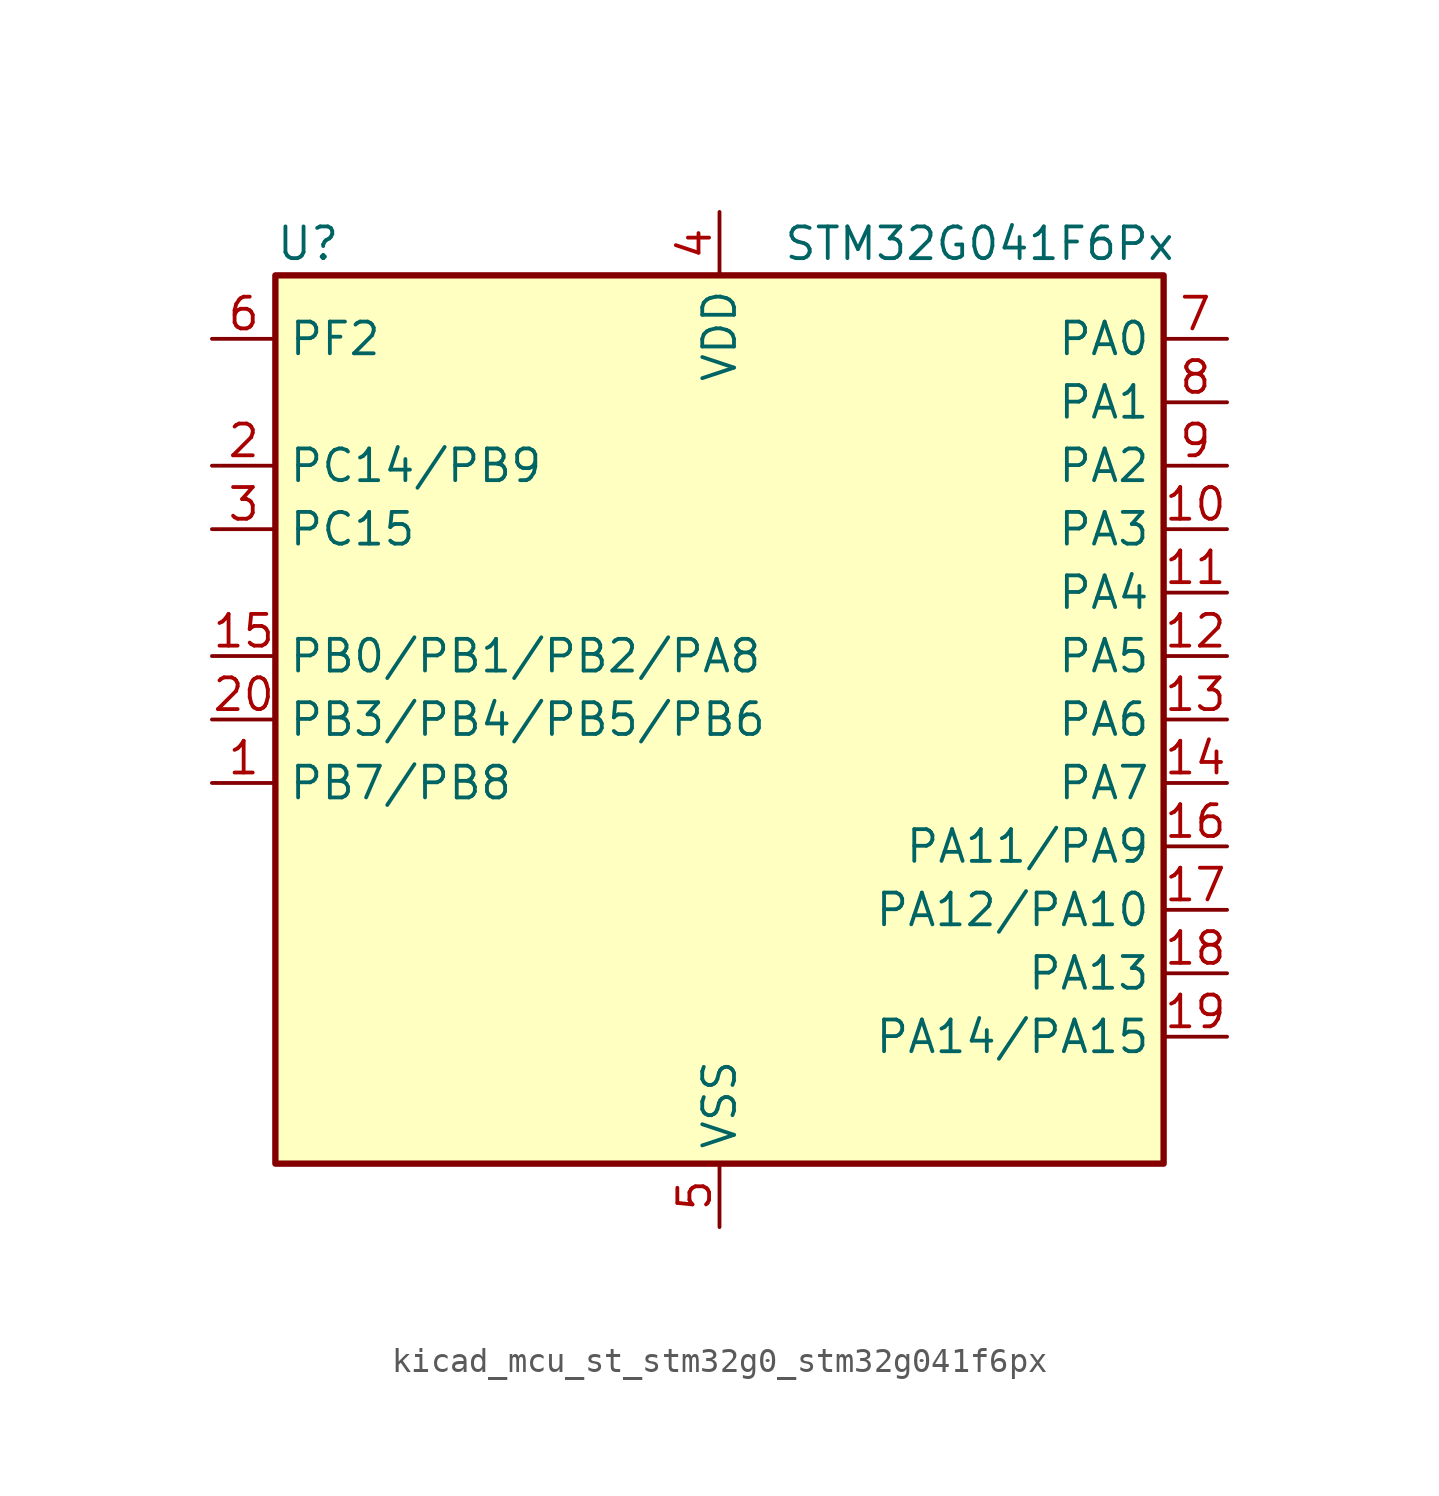
<source format=kicad_sym>
(kicad_symbol_lib
  (version 20220914)
  (generator kicad_symbol_editor)
  (symbol "kicad_mcu_st_stm32g0_stm32g041f6px"
    (property "Reference" "U"
      (at -17.78 19.05 0)
      (effects (font (size 1.27 1.27)) (justify left)))
    (property "Value" "STM32G041F6Px"
      (at 2.54 19.05 0)
      (effects (font (size 1.27 1.27)) (justify left)))
    (property "ki_locked" ""
      (at 0 0 0)
      (effects (font (size 1.27 1.27))))
    (symbol "kicad_mcu_st_stm32g0_stm32g041f6px_0_1"
      (rectangle (start -17.78 -17.78) (end 17.78 17.78) (stroke (width 0.254) (type default)) (fill (type background))))
    (symbol "kicad_mcu_st_stm32g0_stm32g041f6px_1_1"
      (pin bidirectional line (at -20.32 -2.54 0) (length 2.54) (name "PB7/PB8" (effects (font (size 1.27 1.27)))) (number "1" (effects (font (size 1.27 1.27)))) (alternate "ADC1_IN11" bidirectional line) (alternate "I2C1_SDA" bidirectional line) (alternate "LPTIM1_IN2" bidirectional line) (alternate "SPI2_MOSI" bidirectional line) (alternate "SYS_PVD_IN" bidirectional line) (alternate "TIM17_CH1N" bidirectional line) (alternate "USART1_RX" bidirectional line))
      (pin bidirectional line (at 20.32 7.62 180) (length 2.54) (name "PA3" (effects (font (size 1.27 1.27)))) (number "10" (effects (font (size 1.27 1.27)))) (alternate "ADC1_IN3" bidirectional line) (alternate "LPUART1_RX" bidirectional line) (alternate "SPI2_MISO" bidirectional line) (alternate "TIM2_CH4" bidirectional line) (alternate "USART2_RX" bidirectional line))
      (pin bidirectional line (at 20.32 5.08 180) (length 2.54) (name "PA4" (effects (font (size 1.27 1.27)))) (number "11" (effects (font (size 1.27 1.27)))) (alternate "ADC1_IN4" bidirectional line) (alternate "I2S1_WS" bidirectional line) (alternate "LPTIM2_OUT" bidirectional line) (alternate "RTC_OUT_ALARM" bidirectional line) (alternate "RTC_OUT_CALIB" bidirectional line) (alternate "RTC_TAMP_IN1" bidirectional line) (alternate "RTC_TS" bidirectional line) (alternate "SPI1_NSS" bidirectional line) (alternate "SPI2_MOSI" bidirectional line) (alternate "SYS_WKUP2" bidirectional line) (alternate "TIM14_CH1" bidirectional line))
      (pin bidirectional line (at 20.32 2.54 180) (length 2.54) (name "PA5" (effects (font (size 1.27 1.27)))) (number "12" (effects (font (size 1.27 1.27)))) (alternate "ADC1_IN5" bidirectional line) (alternate "I2S1_CK" bidirectional line) (alternate "LPTIM2_ETR" bidirectional line) (alternate "SPI1_SCK" bidirectional line) (alternate "TIM2_CH1" bidirectional line) (alternate "TIM2_ETR" bidirectional line))
      (pin bidirectional line (at 20.32 0 180) (length 2.54) (name "PA6" (effects (font (size 1.27 1.27)))) (number "13" (effects (font (size 1.27 1.27)))) (alternate "ADC1_IN6" bidirectional line) (alternate "I2S1_MCK" bidirectional line) (alternate "LPUART1_CTS" bidirectional line) (alternate "SPI1_MISO" bidirectional line) (alternate "TIM16_CH1" bidirectional line) (alternate "TIM1_BK" bidirectional line) (alternate "TIM3_CH1" bidirectional line))
      (pin bidirectional line (at 20.32 -2.54 180) (length 2.54) (name "PA7" (effects (font (size 1.27 1.27)))) (number "14" (effects (font (size 1.27 1.27)))) (alternate "ADC1_IN7" bidirectional line) (alternate "I2S1_SD" bidirectional line) (alternate "SPI1_MOSI" bidirectional line) (alternate "TIM14_CH1" bidirectional line) (alternate "TIM17_CH1" bidirectional line) (alternate "TIM1_CH1N" bidirectional line) (alternate "TIM3_CH2" bidirectional line))
      (pin bidirectional line (at -20.32 2.54 0) (length 2.54) (name "PB0/PB1/PB2/PA8" (effects (font (size 1.27 1.27)))) (number "15" (effects (font (size 1.27 1.27)))) (alternate "ADC1_IN8" bidirectional line) (alternate "I2S1_WS" bidirectional line) (alternate "LPTIM1_OUT" bidirectional line) (alternate "SPI1_NSS" bidirectional line) (alternate "TIM1_CH2N" bidirectional line) (alternate "TIM3_CH3" bidirectional line))
      (pin bidirectional line (at 20.32 -5.08 180) (length 2.54) (name "PA11/PA9" (effects (font (size 1.27 1.27)))) (number "16" (effects (font (size 1.27 1.27)))) (alternate "ADC1_EXTI11" bidirectional line) (alternate "ADC1_IN15" bidirectional line) (alternate "I2C2_SCL" bidirectional line) (alternate "I2S1_MCK" bidirectional line) (alternate "SPI1_MISO" bidirectional line) (alternate "TIM1_BK2" bidirectional line) (alternate "TIM1_CH4" bidirectional line) (alternate "USART1_CTS" bidirectional line) (alternate "USART1_NSS" bidirectional line))
      (pin bidirectional line (at 20.32 -7.62 180) (length 2.54) (name "PA12/PA10" (effects (font (size 1.27 1.27)))) (number "17" (effects (font (size 1.27 1.27)))) (alternate "ADC1_IN16" bidirectional line) (alternate "I2C2_SDA" bidirectional line) (alternate "I2S1_SD" bidirectional line) (alternate "I2S_CKIN" bidirectional line) (alternate "SPI1_MOSI" bidirectional line) (alternate "TIM1_ETR" bidirectional line) (alternate "USART1_CK" bidirectional line) (alternate "USART1_DE" bidirectional line) (alternate "USART1_RTS" bidirectional line))
      (pin bidirectional line (at 20.32 -10.16 180) (length 2.54) (name "PA13" (effects (font (size 1.27 1.27)))) (number "18" (effects (font (size 1.27 1.27)))) (alternate "ADC1_IN17" bidirectional line) (alternate "IR_OUT" bidirectional line) (alternate "SYS_SWDIO" bidirectional line))
      (pin bidirectional line (at 20.32 -12.7 180) (length 2.54) (name "PA14/PA15" (effects (font (size 1.27 1.27)))) (number "19" (effects (font (size 1.27 1.27)))) (alternate "ADC1_IN18" bidirectional line) (alternate "SYS_SWCLK" bidirectional line) (alternate "USART2_TX" bidirectional line))
      (pin bidirectional line (at -20.32 10.16 0) (length 2.54) (name "PC14/PB9" (effects (font (size 1.27 1.27)))) (number "2" (effects (font (size 1.27 1.27)))) (alternate "RCC_OSC32_IN" bidirectional line) (alternate "RCC_OSC_IN" bidirectional line) (alternate "TIM1_BK2" bidirectional line))
      (pin bidirectional line (at -20.32 0 0) (length 2.54) (name "PB3/PB4/PB5/PB6" (effects (font (size 1.27 1.27)))) (number "20" (effects (font (size 1.27 1.27)))) (alternate "I2S1_CK" bidirectional line) (alternate "SPI1_SCK" bidirectional line) (alternate "TIM1_CH2" bidirectional line) (alternate "TIM2_CH2" bidirectional line) (alternate "USART1_CK" bidirectional line) (alternate "USART1_DE" bidirectional line) (alternate "USART1_RTS" bidirectional line))
      (pin bidirectional line (at -20.32 7.62 0) (length 2.54) (name "PC15" (effects (font (size 1.27 1.27)))) (number "3" (effects (font (size 1.27 1.27)))) (alternate "RCC_OSC32_EN" bidirectional line) (alternate "RCC_OSC32_OUT" bidirectional line) (alternate "RCC_OSC_EN" bidirectional line))
      (pin power_in line (at 0 20.32 270) (length 2.54) (name "VDD" (effects (font (size 1.27 1.27)))) (number "4" (effects (font (size 1.27 1.27)))))
      (pin power_in line (at 0 -20.32 90) (length 2.54) (name "VSS" (effects (font (size 1.27 1.27)))) (number "5" (effects (font (size 1.27 1.27)))))
      (pin bidirectional line (at -20.32 15.24 0) (length 2.54) (name "PF2" (effects (font (size 1.27 1.27)))) (number "6" (effects (font (size 1.27 1.27)))) (alternate "RCC_MCO" bidirectional line))
      (pin bidirectional line (at 20.32 15.24 180) (length 2.54) (name "PA0" (effects (font (size 1.27 1.27)))) (number "7" (effects (font (size 1.27 1.27)))) (alternate "ADC1_IN0" bidirectional line) (alternate "LPTIM1_OUT" bidirectional line) (alternate "RTC_TAMP_IN2" bidirectional line) (alternate "SPI2_SCK" bidirectional line) (alternate "SYS_WKUP1" bidirectional line) (alternate "TIM2_CH1" bidirectional line) (alternate "TIM2_ETR" bidirectional line) (alternate "USART2_CTS" bidirectional line) (alternate "USART2_NSS" bidirectional line))
      (pin bidirectional line (at 20.32 12.7 180) (length 2.54) (name "PA1" (effects (font (size 1.27 1.27)))) (number "8" (effects (font (size 1.27 1.27)))) (alternate "ADC1_IN1" bidirectional line) (alternate "I2C1_SMBA" bidirectional line) (alternate "I2S1_CK" bidirectional line) (alternate "SPI1_SCK" bidirectional line) (alternate "TIM2_CH2" bidirectional line) (alternate "USART2_CK" bidirectional line) (alternate "USART2_DE" bidirectional line) (alternate "USART2_RTS" bidirectional line))
      (pin bidirectional line (at 20.32 10.16 180) (length 2.54) (name "PA2" (effects (font (size 1.27 1.27)))) (number "9" (effects (font (size 1.27 1.27)))) (alternate "ADC1_IN2" bidirectional line) (alternate "I2S1_SD" bidirectional line) (alternate "LPUART1_TX" bidirectional line) (alternate "RCC_LSCO" bidirectional line) (alternate "SPI1_MOSI" bidirectional line) (alternate "SYS_WKUP4" bidirectional line) (alternate "TIM2_CH3" bidirectional line) (alternate "USART2_TX" bidirectional line)))))
</source>
